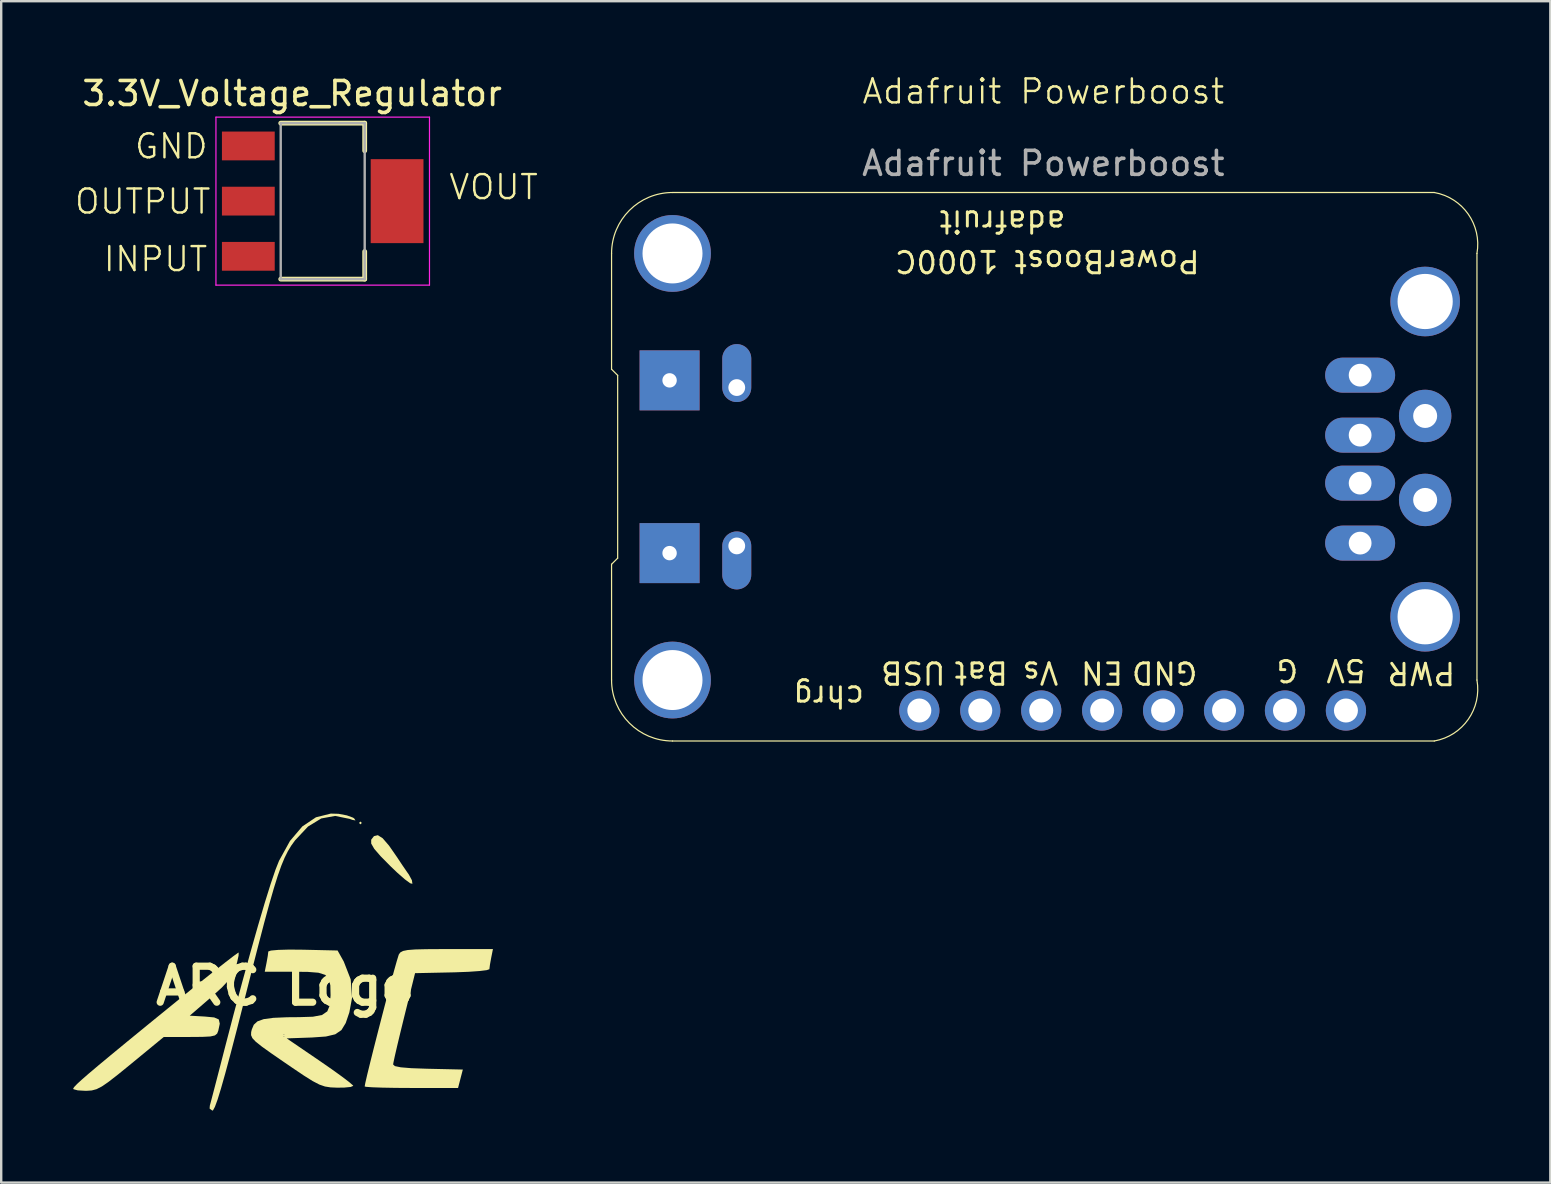
<source format=kicad_pcb>
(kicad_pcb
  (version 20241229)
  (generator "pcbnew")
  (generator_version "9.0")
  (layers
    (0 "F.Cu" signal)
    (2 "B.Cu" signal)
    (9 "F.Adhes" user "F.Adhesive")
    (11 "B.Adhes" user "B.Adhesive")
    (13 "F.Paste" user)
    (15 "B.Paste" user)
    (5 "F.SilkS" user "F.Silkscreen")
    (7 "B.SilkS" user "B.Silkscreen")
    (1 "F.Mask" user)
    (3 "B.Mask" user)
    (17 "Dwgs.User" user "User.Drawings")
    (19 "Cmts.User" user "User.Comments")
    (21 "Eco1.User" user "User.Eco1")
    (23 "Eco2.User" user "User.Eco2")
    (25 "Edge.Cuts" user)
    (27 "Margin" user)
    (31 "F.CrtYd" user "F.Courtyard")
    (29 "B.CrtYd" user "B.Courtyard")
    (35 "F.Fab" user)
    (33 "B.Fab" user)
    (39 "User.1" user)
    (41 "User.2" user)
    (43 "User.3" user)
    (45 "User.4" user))
  (footprint "3.3V_Voltage_Regulator"
    (layer "F.Cu")
    (at 10.4 5.333)
    (property "Reference" "3.3V_Voltage_Regulator" (at -1.275 -4.485 0) (layer "F.SilkS") (effects (font (size 1 1) (thickness 0.15))))
    (attr smd)
    (fp_line (start -1.75 -3.25) (end 1.75 -3.25) (stroke (width 0.2) (type solid)) (layer "F.SilkS"))
    (fp_line (start 1.75 -3.25) (end 1.75 -2.1) (stroke (width 0.2) (type solid)) (layer "F.SilkS"))
    (fp_line (start 1.75 2.1) (end 1.75 3.25) (stroke (width 0.2) (type solid)) (layer "F.SilkS"))
    (fp_line (start 1.75 3.25) (end -1.75 3.25) (stroke (width 0.2) (type solid)) (layer "F.SilkS"))
    (fp_line (start -4.45 -3.5) (end -4.45 3.5) (stroke (width 0.05) (type solid)) (layer "F.CrtYd"))
    (fp_line (start -4.45 3.5) (end 4.45 3.5) (stroke (width 0.05) (type solid)) (layer "F.CrtYd"))
    (fp_line (start 4.45 -3.5) (end -4.45 -3.5) (stroke (width 0.05) (type solid)) (layer "F.CrtYd"))
    (fp_line (start 4.45 3.5) (end 4.45 -3.5) (stroke (width 0.05) (type solid)) (layer "F.CrtYd"))
    (fp_line (start -1.75 -3.25) (end 1.75 -3.25) (stroke (width 0.1) (type solid)) (layer "F.Fab"))
    (fp_line (start -1.75 3.25) (end -1.75 -3.25) (stroke (width 0.1) (type solid)) (layer "F.Fab"))
    (fp_line (start 1.75 -3.25) (end 1.75 3.25) (stroke (width 0.1) (type solid)) (layer "F.Fab"))
    (fp_line (start 1.75 3.25) (end -1.75 3.25) (stroke (width 0.1) (type solid)) (layer "F.Fab"))
    (fp_text user "INPUT" (at -9.2 3 0) (unlocked yes) (layer "F.SilkS") (effects (font (size 1 1) (thickness 0.1)) (justify left bottom)))
    (fp_text user "OUTPUT" (at -10.4 0.6 0) (unlocked yes) (layer "F.SilkS") (effects (font (size 1 1) (thickness 0.1)) (justify left bottom)))
    (fp_text user "VOUT" (at 5.2 0 0) (unlocked yes) (layer "F.SilkS") (effects (font (size 1 1) (thickness 0.1)) (justify left bottom)))
    (fp_text user "GND" (at -7.9 -1.7 0) (unlocked yes) (layer "F.SilkS") (effects (font (size 1 1) (thickness 0.1)) (justify left bottom)))
    (pad "1" smd rect (at -3.1 -2.3) (size 2.2 1.2) (layers "F.Cu" "F.Mask" "F.Paste"))
    (pad "2" smd rect (at -3.1 0) (size 2.2 1.2) (layers "F.Cu" "F.Mask" "F.Paste"))
    (pad "3" smd rect (at -3.1 2.3) (size 2.2 1.2) (layers "F.Cu" "F.Mask" "F.Paste"))
    (pad "4" smd rect (at 3.1 0) (size 2.2 3.5) (layers "F.Cu" "F.Mask" "F.Paste")))
  (footprint "ARC Logo"
    (layer "F.Cu")
    (at 8.841 38.042)
    (property "Reference" "ARC Logo" (at 0 0 0) (layer "F.SilkS") (effects (font (size 1.5 1.5) (thickness 0.3))))
    (attr board_only exclude_from_pos_files exclude_from_bom)
    (fp_rect (start -0.118 2.067) (end 0 2.067) (stroke (width 0.1) (type default)) (fill no) (layer "F.SilkS"))
    (fp_rect (start 3.482 4.076) (end 4.017 4.126) (stroke (width 0.1) (type default)) (fill no) (layer "F.SilkS"))
    (fp_rect (start 3.5 4) (end 4.5 4) (stroke (width 0.1) (type default)) (fill no) (layer "F.SilkS"))
    (fp_poly (pts (xy 3.19 -6.793) (xy 3.131 -6.734) (xy 3.072 -6.793) (xy 3.131 -6.852)) (stroke (width 0) (type solid)) (fill yes) (layer "F.SilkS"))
    (fp_poly (pts (xy 4.057 -6.156) (xy 4.323 -5.848) (xy 4.651 -5.375) (xy 4.881 -5.029) (xy 5.092 -4.722) (xy 5.149 -4.642) (xy 5.276 -4.406) (xy 5.298 -4.256) (xy 5.203 -4.28) (xy 4.98 -4.445) (xy 4.665 -4.721) (xy 4.4 -4.974) (xy 3.973 -5.406) (xy 3.706 -5.715) (xy 3.58 -5.934) (xy 3.579 -6.094) (xy 3.683 -6.229) (xy 3.702 -6.245) (xy 3.857 -6.283)) (stroke (width 0) (type solid)) (fill yes) (layer "F.SilkS"))
    (fp_poly (pts (xy -1.948 -1.264) (xy -2.008 -0.988) (xy -2.054 -0.822) (xy -2.167 -0.529) (xy -2.35 -0.25) (xy -2.642 0.064) (xy -3.085 0.464) (xy -3.095 0.473) (xy -3.983 1.24) (xy -3.35 1.276) (xy -2.964 1.313) (xy -2.772 1.397) (xy -2.731 1.574) (xy -2.792 1.861) (xy -2.84 1.985) (xy -2.934 2.063) (xy -3.123 2.106) (xy -3.453 2.123) (xy -3.964 2.127) (xy -5.065 2.127) (xy -6.429 3.249) (xy -6.963 3.684) (xy -7.355 3.989) (xy -7.643 4.188) (xy -7.867 4.303) (xy -8.066 4.356) (xy -8.278 4.371) (xy -8.337 4.371) (xy -8.648 4.353) (xy -8.825 4.306) (xy -8.841 4.275) (xy -8.792 4.205) (xy -8.679 4.086) (xy -8.485 3.908) (xy -8.196 3.656) (xy -7.796 3.318) (xy -7.271 2.882) (xy -6.606 2.334) (xy -5.785 1.662) (xy -4.921 0.958) (xy -4.207 0.378) (xy -3.554 -0.148) (xy -2.982 -0.603) (xy -2.514 -0.971) (xy -2.173 -1.234) (xy -1.979 -1.374) (xy -1.943 -1.392)) (stroke (width 0) (type solid)) (fill yes) (layer "F.SilkS"))
    (fp_poly (pts (xy 2.217 -7.174) (xy 2.567 -7.108) (xy 2.825 -7.013) (xy 2.875 -6.976) (xy 2.924 -6.897) (xy 2.795 -6.921) (xy 2.68 -6.963) (xy 2.074 -7.085) (xy 1.498 -6.98) (xy 0.946 -6.643) (xy 0.412 -6.074) (xy 0.399 -6.057) (xy 0.247 -5.846) (xy 0.107 -5.615) (xy -0.029 -5.343) (xy -0.167 -5.009) (xy -0.315 -4.591) (xy -0.479 -4.067) (xy -0.666 -3.416) (xy -0.884 -2.616) (xy -1.137 -1.645) (xy -1.435 -0.482) (xy -1.684 0.502) (xy -2.004 1.761) (xy -2.275 2.801) (xy -2.5 3.637) (xy -2.682 4.28) (xy -2.825 4.744) (xy -2.934 5.04) (xy -3.01 5.181) (xy -3.038 5.198) (xy -3.155 5.113) (xy -3.146 4.991) (xy -3.099 4.815) (xy -3.003 4.45) (xy -2.869 3.936) (xy -2.708 3.315) (xy -2.539 2.658) (xy -2.16 1.204) (xy -1.796 -0.156) (xy -1.453 -1.401) (xy -1.137 -2.513) (xy -0.854 -3.472) (xy -0.608 -4.258) (xy -0.406 -4.852) (xy -0.261 -5.217) (xy 0.195 -6.043) (xy 0.709 -6.648) (xy 1.278 -7.029) (xy 1.896 -7.183)) (stroke (width 0) (type solid)) (fill yes) (layer "F.SilkS"))
    (fp_poly (pts (xy 8.58 -1.167) (xy 8.528 -0.878) (xy 8.506 -0.699) (xy 8.506 -0.697) (xy 8.395 -0.658) (xy 8.092 -0.621) (xy 7.639 -0.589) (xy 7.082 -0.568) (xy 6.957 -0.565) (xy 5.408 -0.532) (xy 4.953 1.3) (xy 4.798 1.932) (xy 4.665 2.488) (xy 4.564 2.926) (xy 4.505 3.203) (xy 4.494 3.275) (xy 4.569 3.342) (xy 4.813 3.392) (xy 5.249 3.428) (xy 5.898 3.451) (xy 5.944 3.452) (xy 7.399 3.485) (xy 7.299 3.869) (xy 7.2 4.253) (xy 5.254 4.253) (xy 4.606 4.249) (xy 4.049 4.239) (xy 3.623 4.224) (xy 3.366 4.205) (xy 3.308 4.19) (xy 3.332 4.056) (xy 3.465 4.056) (xy 3.482 4.126) (xy 3.544 4.135) (xy 3.641 4.092) (xy 3.633 4.076) (xy 3.899 4.076) (xy 3.958 4.135) (xy 4.017 4.076) (xy 3.958 4.017) (xy 3.899 4.076) (xy 3.633 4.076) (xy 3.623 4.056) (xy 3.483 4.042) (xy 3.465 4.056) (xy 3.332 4.056) (xy 3.337 4.032) (xy 3.417 3.685) (xy 3.538 3.191) (xy 3.689 2.588) (xy 3.86 1.918) (xy 4.04 1.22) (xy 4.219 0.535) (xy 4.388 -0.098) (xy 4.534 -0.639) (xy 4.649 -1.046) (xy 4.721 -1.281) (xy 4.735 -1.318) (xy 4.798 -1.4) (xy 4.909 -1.458) (xy 5.103 -1.497) (xy 5.416 -1.521) (xy 5.885 -1.532) (xy 6.545 -1.536) (xy 6.753 -1.536) (xy 8.654 -1.536)) (stroke (width 0) (type solid)) (fill yes) (layer "F.SilkS"))
    (fp_poly (pts (xy 0.723 -1.51) (xy 0.735 -1.51) (xy 2.179 -1.477) (xy 2.437 -1.015) (xy 2.726 -0.274) (xy 2.781 0.502) (xy 2.669 1.104) (xy 2.518 1.547) (xy 2.339 1.84) (xy 2.081 2.016) (xy 1.694 2.108) (xy 1.127 2.148) (xy 1.06 2.151) (xy 0.059 2.186) (xy 1.444 3.131) (xy 1.94 3.475) (xy 2.358 3.776) (xy 2.663 4.008) (xy 2.819 4.144) (xy 2.832 4.164) (xy 2.727 4.21) (xy 2.451 4.237) (xy 2.156 4.24) (xy 1.886 4.228) (xy 1.655 4.192) (xy 1.42 4.111) (xy 1.138 3.964) (xy 0.767 3.731) (xy 0.264 3.392) (xy -0.008 3.206) (xy -0.574 2.816) (xy -0.972 2.532) (xy -1.229 2.328) (xy -1.372 2.177) (xy -1.42 2.067) (xy -0.118 2.067) (xy -0.059 2.127) (xy 0 2.067) (xy -0.059 2.008) (xy -0.118 2.067) (xy -1.42 2.067) (xy -1.427 2.051) (xy -1.423 1.925) (xy -1.397 1.817) (xy -1.314 1.618) (xy -1.161 1.477) (xy -0.902 1.384) (xy -0.503 1.33) (xy 0.073 1.305) (xy 0.578 1.301) (xy 1.15 1.283) (xy 1.528 1.212) (xy 1.75 1.06) (xy 1.856 0.8) (xy 1.886 0.402) (xy 1.886 0.376) (xy 1.877 -0.022) (xy 1.815 -0.293) (xy 1.663 -0.461) (xy 1.384 -0.55) (xy 0.94 -0.585) (xy 0.395 -0.591) (xy -0.857 -0.591) (xy -0.783 -0.96) (xy -0.731 -1.251) (xy -0.709 -1.435) (xy -0.709 -1.436) (xy -0.598 -1.475) (xy -0.294 -1.502) (xy 0.161 -1.515)) (stroke (width 0) (type solid)) (fill yes) (layer "F.SilkS")))
  (footprint "Adafruit Powerboost"
    (layer "F.Cu")
    (at 40.434 1.26)
    (property "Reference" "Adafruit Powerboost" (at 0 -0.5 0) (unlocked yes) (layer "F.SilkS") (effects (font (size 1 1) (thickness 0.1))))
    (attr smd)
    (fp_line (start -17.995 6.253) (end -17.995 11.079) (stroke (width 0.05) (type solid)) (layer "F.SilkS"))
    (fp_line (start -17.995 11.079) (end -17.741 11.333) (stroke (width 0.05) (type solid)) (layer "F.SilkS"))
    (fp_line (start -17.995 19.207) (end -17.995 24.033) (stroke (width 0.05) (type solid)) (layer "F.SilkS"))
    (fp_line (start -17.741 11.333) (end -17.741 18.953) (stroke (width 0.05) (type solid)) (layer "F.SilkS"))
    (fp_line (start -17.741 18.953) (end -17.995 19.207) (stroke (width 0.05) (type solid)) (layer "F.SilkS"))
    (fp_line (start -15.455 26.573) (end 16.295 26.573) (stroke (width 0.05) (type solid)) (layer "F.SilkS"))
    (fp_line (start 16.295 3.713) (end -15.455 3.713) (stroke (width 0.05) (type solid)) (layer "F.SilkS"))
    (fp_line (start 18.073 24.033) (end 18.073 6.253) (stroke (width 0.05) (type solid)) (layer "F.SilkS"))
    (fp_arc (start -17.995 6.253446) (mid -17.251051 4.457395) (end -15.455 3.713446) (stroke (width 0.05) (type solid)) (layer "F.SilkS"))
    (fp_arc (start -15.455 26.573446) (mid -17.251051 25.829497) (end -17.995 24.033446) (stroke (width 0.05) (type solid)) (layer "F.SilkS"))
    (fp_arc (start 16.295 3.713446) (mid 17.710057 4.615206) (end 18.073 6.253446) (stroke (width 0.05) (type solid)) (layer "F.SilkS"))
    (fp_arc (start 18.073 24.033446) (mid 17.710052 25.671682) (end 16.295 26.573446) (stroke (width 0.05) (type solid)) (layer "F.SilkS"))
    (fp_text user "chrg" (at -7.4 24.2 180) (unlocked yes) (layer "F.SilkS") (effects (font (size 0.894 0.894) (thickness 0.122)) (justify left bottom)))
    (fp_text user "EN" (at 3.4 23.2 180) (unlocked yes) (layer "F.SilkS") (effects (font (size 0.894 0.894) (thickness 0.122)) (justify left bottom)))
    (fp_text user "USB" (at -4 23.2 180) (unlocked yes) (layer "F.SilkS") (effects (font (size 0.894 0.894) (thickness 0.122)) (justify left bottom)))
    (fp_text user "G" (at 10.7 23.1 180) (unlocked yes) (layer "F.SilkS") (effects (font (size 0.894 0.894) (thickness 0.122)) (justify left bottom)))
    (fp_text user "adafruit" (at 1 4.4 180) (unlocked yes) (layer "F.SilkS") (effects (font (size 0.894 0.894) (thickness 0.122)) (justify left bottom)))
    (fp_text user "PowerBoost 1000C" (at 6.588 6.051 180) (unlocked yes) (layer "F.SilkS") (effects (font (size 0.894 0.894) (thickness 0.122)) (justify left bottom)))
    (fp_text user "Bat" (at -1.4 23.2 180) (unlocked yes) (layer "F.SilkS") (effects (font (size 0.894 0.894) (thickness 0.122)) (justify left bottom)))
    (fp_text user "GND" (at 6.5 23.2 180) (unlocked yes) (layer "F.SilkS") (effects (font (size 0.894 0.894) (thickness 0.122)) (justify left bottom)))
    (fp_text user "Vs" (at 0.7 23.2 180) (unlocked yes) (layer "F.SilkS") (effects (font (size 0.894 0.894) (thickness 0.122)) (justify left bottom)))
    (fp_text user "PWR" (at 15.755 23.742 180) (unlocked yes) (layer "F.SilkS") (effects (font (size 0.894 0.894) (thickness 0.122))))
    (fp_text user "5V" (at 13.5 23.1 180) (unlocked yes) (layer "F.SilkS") (effects (font (size 0.894 0.894) (thickness 0.122)) (justify left bottom)))
    (fp_text user "${REFERENCE}" (at 0 2.5 0) (unlocked yes) (layer "F.Fab") (effects (font (size 1 1) (thickness 0.15))))
    (pad "1" thru_hole circle (at -5.168 25.303 90) (size 1.676 1.676) (drill 1) (layers "*.Cu" "*.Mask"))
    (pad "2" thru_hole circle (at -2.628 25.303 90) (size 1.676 1.676) (drill 1) (layers "*.Cu" "*.Mask"))
    (pad "3" thru_hole circle (at -0.088 25.303 90) (size 1.676 1.676) (drill 1) (layers "*.Cu" "*.Mask"))
    (pad "4" thru_hole circle (at 2.452 25.303 90) (size 1.676 1.676) (drill 1) (layers "*.Cu" "*.Mask"))
    (pad "5" thru_hole circle (at 4.992 25.303 90) (size 1.676 1.676) (drill 1) (layers "*.Cu" "*.Mask"))
    (pad "6" thru_hole circle (at 7.532 25.303 90) (size 1.676 1.676) (drill 1) (layers "*.Cu" "*.Mask"))
    (pad "7" thru_hole circle (at 10.072 25.303 90) (size 1.676 1.676) (drill 1) (layers "*.Cu" "*.Mask"))
    (pad "8" thru_hole circle (at 12.612 25.303 90) (size 1.676 1.676) (drill 1) (layers "*.Cu" "*.Mask"))
    (pad "9" thru_hole circle (at 15.914 16.526 90) (size 2.184 2.184) (drill 1) (layers "*.Cu" "*.Mask"))
    (pad "10" thru_hole circle (at 15.914 13.026 90) (size 2.184 2.184) (drill 1) (layers "*.Cu" "*.Mask"))
    (pad "D+" thru_hole oval (at 13.204 13.826 180) (size 2.916 1.458) (drill 0.95) (layers "*.Cu" "*.Mask"))
    (pad "D-" thru_hole oval (at 13.204 15.826 180) (size 2.916 1.458) (drill 0.95) (layers "*.Cu" "*.Mask"))
    (pad "GND" thru_hole oval (at 13.204 11.326 180) (size 2.916 1.458) (drill 0.95) (layers "*.Cu" "*.Mask"))
    (pad "P$1" thru_hole circle (at -15.455 6.253) (size 3.2 3.2) (drill 2.5) (layers "*.Cu" "*.Mask"))
    (pad "P$1" thru_hole circle (at -15.455 24.033) (size 3.2 3.2) (drill 2.5) (layers "*.Cu" "*.Mask"))
    (pad "S1" thru_hole circle (at 15.914 21.396 90) (size 2.9 2.9) (drill 2.3) (layers "*.Cu" "*.Mask"))
    (pad "S2" thru_hole circle (at 15.914 8.256 270) (size 2.9 2.9) (drill 2.3) (layers "*.Cu" "*.Mask"))
    (pad "SPRT@1" thru_hole oval (at -12.777 11.843 90) (size 2.416 1.208) (drill 0.7 (offset 0.604 0)) (layers "*.Cu" "*.Mask"))
    (pad "SPRT@2" thru_hole oval (at -12.777 18.443 270) (size 2.416 1.208) (drill 0.7 (offset 0.604 0)) (layers "*.Cu" "*.Mask"))
    (pad "SPRT@3" thru_hole rect (at -15.577 11.543) (size 2.5 2.5) (drill 0.6) (layers "*.Cu" "*.Mask"))
    (pad "SPRT@4" thru_hole rect (at -15.577 18.743) (size 2.5 2.5) (drill 0.6) (layers "*.Cu" "*.Mask"))
    (pad "VBUS" thru_hole oval (at 13.204 18.326 180) (size 2.916 1.458) (drill 0.95) (layers "*.Cu" "*.Mask")))
  (gr_rect
    (start -3 -3)
    (end 61.566 46.24)
    (stroke (width 0.1) (type default))
    (fill no)
    (layer "Edge.Cuts")))
</source>
